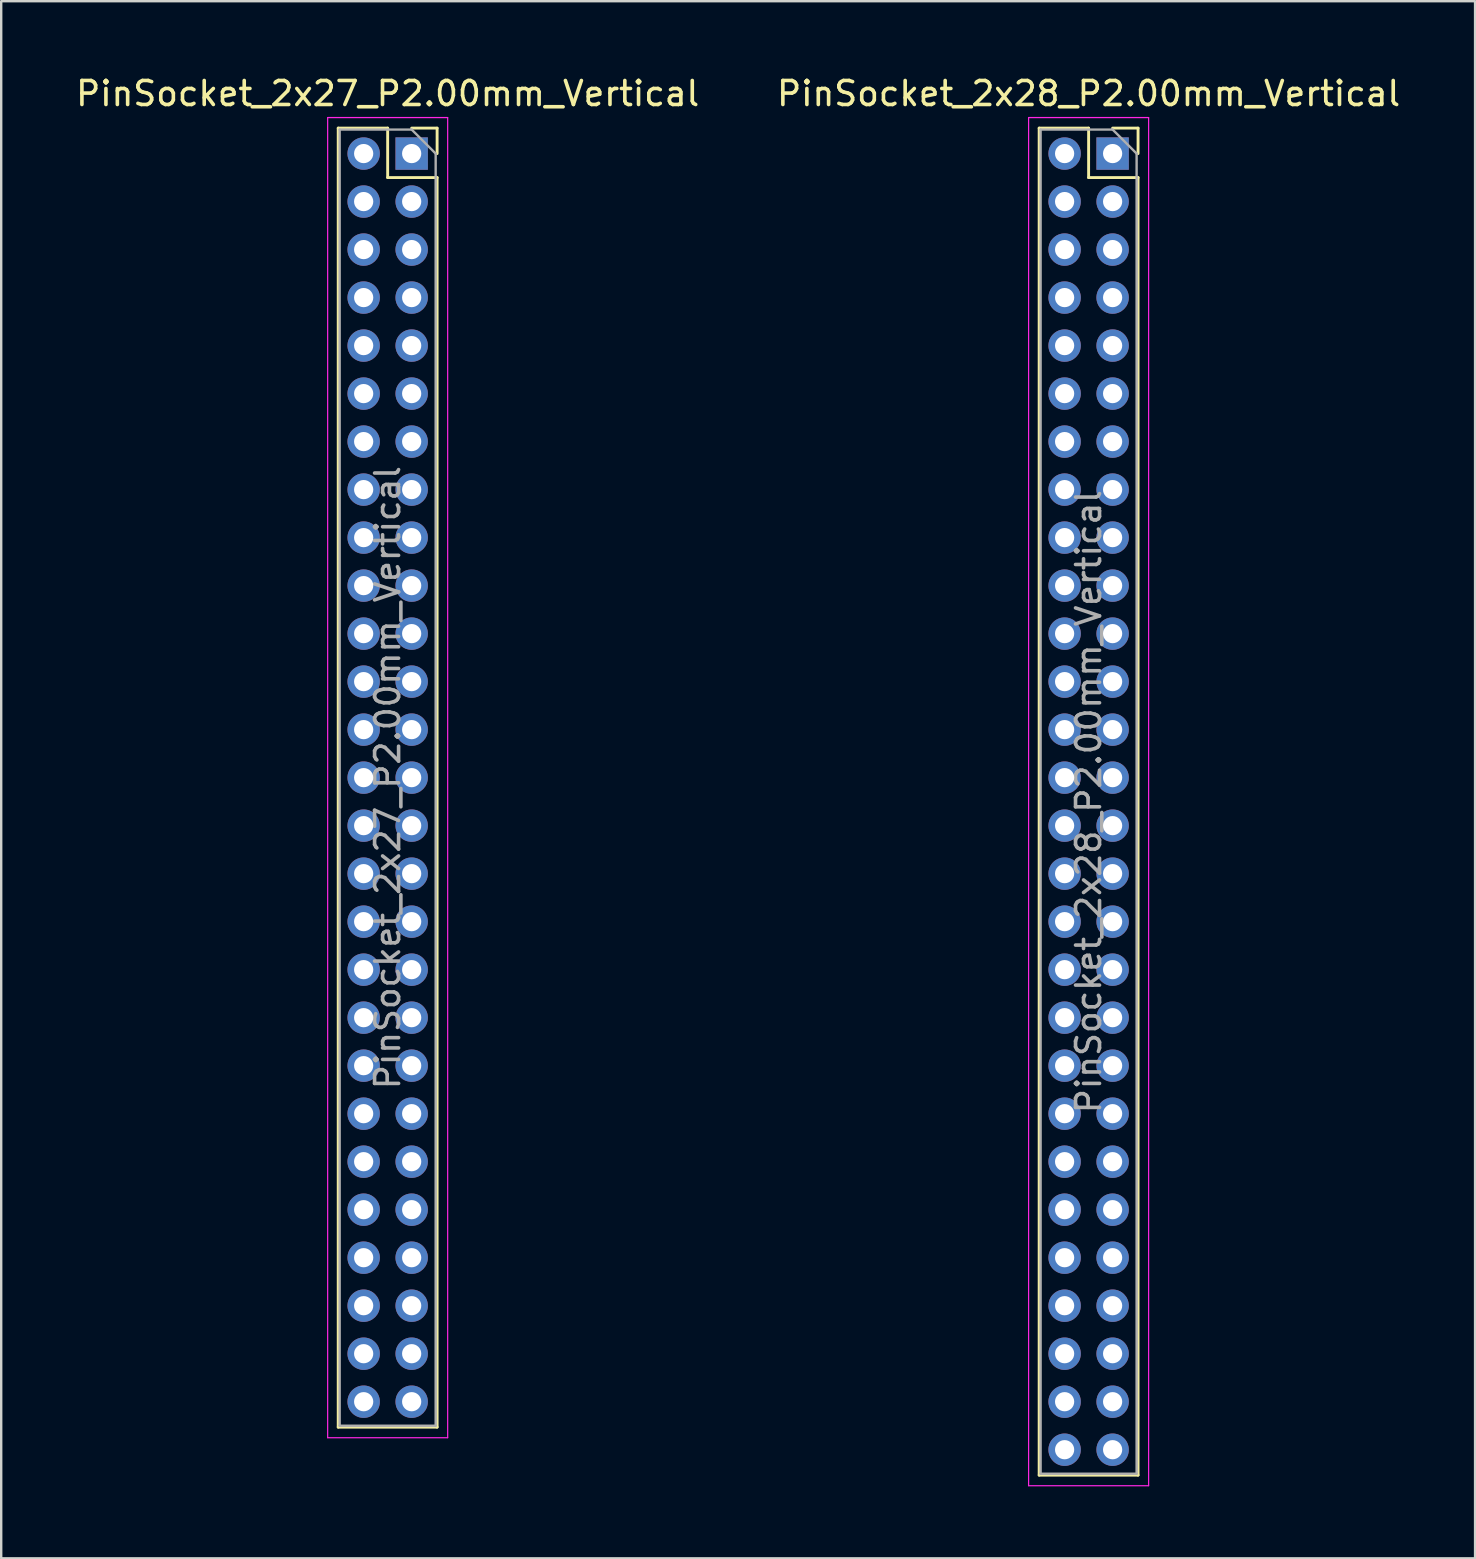
<source format=kicad_pcb>
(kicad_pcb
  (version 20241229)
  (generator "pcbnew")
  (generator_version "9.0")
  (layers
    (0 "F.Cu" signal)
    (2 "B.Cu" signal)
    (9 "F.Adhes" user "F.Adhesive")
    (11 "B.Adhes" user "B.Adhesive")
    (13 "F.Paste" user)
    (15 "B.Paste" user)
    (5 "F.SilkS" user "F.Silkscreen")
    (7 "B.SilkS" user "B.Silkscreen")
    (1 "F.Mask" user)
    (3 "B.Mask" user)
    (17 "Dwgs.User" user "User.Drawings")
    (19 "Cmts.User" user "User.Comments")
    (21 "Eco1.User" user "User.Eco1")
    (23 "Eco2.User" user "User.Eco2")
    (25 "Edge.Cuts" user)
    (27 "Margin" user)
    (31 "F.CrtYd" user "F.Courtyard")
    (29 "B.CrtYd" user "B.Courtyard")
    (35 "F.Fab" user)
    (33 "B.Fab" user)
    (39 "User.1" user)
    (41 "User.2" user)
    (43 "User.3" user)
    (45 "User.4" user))
  (footprint "PinSocket_2x28_P2.00mm_Vertical"
    (layer "F.Cu")
    (at 43.304 3.348)
    (property "Reference" "PinSocket_2x28_P2.00mm_Vertical" (at -1 -2.5 0) (layer "F.SilkS") (effects (font (size 1 1) (thickness 0.15))))
    (attr through_hole)
    (fp_line (start -3.06 -1.06) (end -3.06 55.06) (stroke (width 0.12) (type solid)) (layer "F.SilkS"))
    (fp_line (start -3.06 -1.06) (end -1 -1.06) (stroke (width 0.12) (type solid)) (layer "F.SilkS"))
    (fp_line (start -3.06 55.06) (end 1.06 55.06) (stroke (width 0.12) (type solid)) (layer "F.SilkS"))
    (fp_line (start -1 -1.06) (end -1 1) (stroke (width 0.12) (type solid)) (layer "F.SilkS"))
    (fp_line (start -1 1) (end 1.06 1) (stroke (width 0.12) (type solid)) (layer "F.SilkS"))
    (fp_line (start 0 -1.06) (end 1.06 -1.06) (stroke (width 0.12) (type solid)) (layer "F.SilkS"))
    (fp_line (start 1.06 -1.06) (end 1.06 0) (stroke (width 0.12) (type solid)) (layer "F.SilkS"))
    (fp_line (start 1.06 1) (end 1.06 55.06) (stroke (width 0.12) (type solid)) (layer "F.SilkS"))
    (fp_line (start -3.5 -1.5) (end 1.5 -1.5) (stroke (width 0.05) (type solid)) (layer "F.CrtYd"))
    (fp_line (start -3.5 55.5) (end -3.5 -1.5) (stroke (width 0.05) (type solid)) (layer "F.CrtYd"))
    (fp_line (start 1.5 -1.5) (end 1.5 55.5) (stroke (width 0.05) (type solid)) (layer "F.CrtYd"))
    (fp_line (start 1.5 55.5) (end -3.5 55.5) (stroke (width 0.05) (type solid)) (layer "F.CrtYd"))
    (fp_line (start -3 -1) (end 0 -1) (stroke (width 0.1) (type solid)) (layer "F.Fab"))
    (fp_line (start -3 55) (end -3 -1) (stroke (width 0.1) (type solid)) (layer "F.Fab"))
    (fp_line (start 0 -1) (end 1 0) (stroke (width 0.1) (type solid)) (layer "F.Fab"))
    (fp_line (start 1 0) (end 1 55) (stroke (width 0.1) (type solid)) (layer "F.Fab"))
    (fp_line (start 1 55) (end -3 55) (stroke (width 0.1) (type solid)) (layer "F.Fab"))
    (fp_text user "${REFERENCE}" (at -1 27 90) (layer "F.Fab") (effects (font (size 1 1) (thickness 0.15))))
    (pad "1" thru_hole rect (at 0 0) (size 1.35 1.35) (drill 0.8) (layers "*.Cu" "*.Mask"))
    (pad "2" thru_hole oval (at -2 0) (size 1.35 1.35) (drill 0.8) (layers "*.Cu" "*.Mask"))
    (pad "3" thru_hole oval (at 0 2) (size 1.35 1.35) (drill 0.8) (layers "*.Cu" "*.Mask"))
    (pad "4" thru_hole oval (at -2 2) (size 1.35 1.35) (drill 0.8) (layers "*.Cu" "*.Mask"))
    (pad "5" thru_hole oval (at 0 4) (size 1.35 1.35) (drill 0.8) (layers "*.Cu" "*.Mask"))
    (pad "6" thru_hole oval (at -2 4) (size 1.35 1.35) (drill 0.8) (layers "*.Cu" "*.Mask"))
    (pad "7" thru_hole oval (at 0 6) (size 1.35 1.35) (drill 0.8) (layers "*.Cu" "*.Mask"))
    (pad "8" thru_hole oval (at -2 6) (size 1.35 1.35) (drill 0.8) (layers "*.Cu" "*.Mask"))
    (pad "9" thru_hole oval (at 0 8) (size 1.35 1.35) (drill 0.8) (layers "*.Cu" "*.Mask"))
    (pad "10" thru_hole oval (at -2 8) (size 1.35 1.35) (drill 0.8) (layers "*.Cu" "*.Mask"))
    (pad "11" thru_hole oval (at 0 10) (size 1.35 1.35) (drill 0.8) (layers "*.Cu" "*.Mask"))
    (pad "12" thru_hole oval (at -2 10) (size 1.35 1.35) (drill 0.8) (layers "*.Cu" "*.Mask"))
    (pad "13" thru_hole oval (at 0 12) (size 1.35 1.35) (drill 0.8) (layers "*.Cu" "*.Mask"))
    (pad "14" thru_hole oval (at -2 12) (size 1.35 1.35) (drill 0.8) (layers "*.Cu" "*.Mask"))
    (pad "15" thru_hole oval (at 0 14) (size 1.35 1.35) (drill 0.8) (layers "*.Cu" "*.Mask"))
    (pad "16" thru_hole oval (at -2 14) (size 1.35 1.35) (drill 0.8) (layers "*.Cu" "*.Mask"))
    (pad "17" thru_hole oval (at 0 16) (size 1.35 1.35) (drill 0.8) (layers "*.Cu" "*.Mask"))
    (pad "18" thru_hole oval (at -2 16) (size 1.35 1.35) (drill 0.8) (layers "*.Cu" "*.Mask"))
    (pad "19" thru_hole oval (at 0 18) (size 1.35 1.35) (drill 0.8) (layers "*.Cu" "*.Mask"))
    (pad "20" thru_hole oval (at -2 18) (size 1.35 1.35) (drill 0.8) (layers "*.Cu" "*.Mask"))
    (pad "21" thru_hole oval (at 0 20) (size 1.35 1.35) (drill 0.8) (layers "*.Cu" "*.Mask"))
    (pad "22" thru_hole oval (at -2 20) (size 1.35 1.35) (drill 0.8) (layers "*.Cu" "*.Mask"))
    (pad "23" thru_hole oval (at 0 22) (size 1.35 1.35) (drill 0.8) (layers "*.Cu" "*.Mask"))
    (pad "24" thru_hole oval (at -2 22) (size 1.35 1.35) (drill 0.8) (layers "*.Cu" "*.Mask"))
    (pad "25" thru_hole oval (at 0 24) (size 1.35 1.35) (drill 0.8) (layers "*.Cu" "*.Mask"))
    (pad "26" thru_hole oval (at -2 24) (size 1.35 1.35) (drill 0.8) (layers "*.Cu" "*.Mask"))
    (pad "27" thru_hole oval (at 0 26) (size 1.35 1.35) (drill 0.8) (layers "*.Cu" "*.Mask"))
    (pad "28" thru_hole oval (at -2 26) (size 1.35 1.35) (drill 0.8) (layers "*.Cu" "*.Mask"))
    (pad "29" thru_hole oval (at 0 28) (size 1.35 1.35) (drill 0.8) (layers "*.Cu" "*.Mask"))
    (pad "30" thru_hole oval (at -2 28) (size 1.35 1.35) (drill 0.8) (layers "*.Cu" "*.Mask"))
    (pad "31" thru_hole oval (at 0 30) (size 1.35 1.35) (drill 0.8) (layers "*.Cu" "*.Mask"))
    (pad "32" thru_hole oval (at -2 30) (size 1.35 1.35) (drill 0.8) (layers "*.Cu" "*.Mask"))
    (pad "33" thru_hole oval (at 0 32) (size 1.35 1.35) (drill 0.8) (layers "*.Cu" "*.Mask"))
    (pad "34" thru_hole oval (at -2 32) (size 1.35 1.35) (drill 0.8) (layers "*.Cu" "*.Mask"))
    (pad "35" thru_hole oval (at 0 34) (size 1.35 1.35) (drill 0.8) (layers "*.Cu" "*.Mask"))
    (pad "36" thru_hole oval (at -2 34) (size 1.35 1.35) (drill 0.8) (layers "*.Cu" "*.Mask"))
    (pad "37" thru_hole oval (at 0 36) (size 1.35 1.35) (drill 0.8) (layers "*.Cu" "*.Mask"))
    (pad "38" thru_hole oval (at -2 36) (size 1.35 1.35) (drill 0.8) (layers "*.Cu" "*.Mask"))
    (pad "39" thru_hole oval (at 0 38) (size 1.35 1.35) (drill 0.8) (layers "*.Cu" "*.Mask"))
    (pad "40" thru_hole oval (at -2 38) (size 1.35 1.35) (drill 0.8) (layers "*.Cu" "*.Mask"))
    (pad "41" thru_hole oval (at 0 40) (size 1.35 1.35) (drill 0.8) (layers "*.Cu" "*.Mask"))
    (pad "42" thru_hole oval (at -2 40) (size 1.35 1.35) (drill 0.8) (layers "*.Cu" "*.Mask"))
    (pad "43" thru_hole oval (at 0 42) (size 1.35 1.35) (drill 0.8) (layers "*.Cu" "*.Mask"))
    (pad "44" thru_hole oval (at -2 42) (size 1.35 1.35) (drill 0.8) (layers "*.Cu" "*.Mask"))
    (pad "45" thru_hole oval (at 0 44) (size 1.35 1.35) (drill 0.8) (layers "*.Cu" "*.Mask"))
    (pad "46" thru_hole oval (at -2 44) (size 1.35 1.35) (drill 0.8) (layers "*.Cu" "*.Mask"))
    (pad "47" thru_hole oval (at 0 46) (size 1.35 1.35) (drill 0.8) (layers "*.Cu" "*.Mask"))
    (pad "48" thru_hole oval (at -2 46) (size 1.35 1.35) (drill 0.8) (layers "*.Cu" "*.Mask"))
    (pad "49" thru_hole oval (at 0 48) (size 1.35 1.35) (drill 0.8) (layers "*.Cu" "*.Mask"))
    (pad "50" thru_hole oval (at -2 48) (size 1.35 1.35) (drill 0.8) (layers "*.Cu" "*.Mask"))
    (pad "51" thru_hole oval (at 0 50) (size 1.35 1.35) (drill 0.8) (layers "*.Cu" "*.Mask"))
    (pad "52" thru_hole oval (at -2 50) (size 1.35 1.35) (drill 0.8) (layers "*.Cu" "*.Mask"))
    (pad "53" thru_hole oval (at 0 52) (size 1.35 1.35) (drill 0.8) (layers "*.Cu" "*.Mask"))
    (pad "54" thru_hole oval (at -2 52) (size 1.35 1.35) (drill 0.8) (layers "*.Cu" "*.Mask"))
    (pad "55" thru_hole oval (at 0 54) (size 1.35 1.35) (drill 0.8) (layers "*.Cu" "*.Mask"))
    (pad "56" thru_hole oval (at -2 54) (size 1.35 1.35) (drill 0.8) (layers "*.Cu" "*.Mask")))
  (footprint "PinSocket_2x27_P2.00mm_Vertical"
    (layer "F.Cu")
    (at 14.101 3.348)
    (property "Reference" "PinSocket_2x27_P2.00mm_Vertical" (at -1 -2.5 0) (layer "F.SilkS") (effects (font (size 1 1) (thickness 0.15))))
    (attr through_hole)
    (fp_line (start -3.06 -1.06) (end -3.06 53.06) (stroke (width 0.12) (type solid)) (layer "F.SilkS"))
    (fp_line (start -3.06 -1.06) (end -1 -1.06) (stroke (width 0.12) (type solid)) (layer "F.SilkS"))
    (fp_line (start -3.06 53.06) (end 1.06 53.06) (stroke (width 0.12) (type solid)) (layer "F.SilkS"))
    (fp_line (start -1 -1.06) (end -1 1) (stroke (width 0.12) (type solid)) (layer "F.SilkS"))
    (fp_line (start -1 1) (end 1.06 1) (stroke (width 0.12) (type solid)) (layer "F.SilkS"))
    (fp_line (start 0 -1.06) (end 1.06 -1.06) (stroke (width 0.12) (type solid)) (layer "F.SilkS"))
    (fp_line (start 1.06 -1.06) (end 1.06 0) (stroke (width 0.12) (type solid)) (layer "F.SilkS"))
    (fp_line (start 1.06 1) (end 1.06 53.06) (stroke (width 0.12) (type solid)) (layer "F.SilkS"))
    (fp_line (start -3.5 -1.5) (end 1.5 -1.5) (stroke (width 0.05) (type solid)) (layer "F.CrtYd"))
    (fp_line (start -3.5 53.5) (end -3.5 -1.5) (stroke (width 0.05) (type solid)) (layer "F.CrtYd"))
    (fp_line (start 1.5 -1.5) (end 1.5 53.5) (stroke (width 0.05) (type solid)) (layer "F.CrtYd"))
    (fp_line (start 1.5 53.5) (end -3.5 53.5) (stroke (width 0.05) (type solid)) (layer "F.CrtYd"))
    (fp_line (start -3 -1) (end 0 -1) (stroke (width 0.1) (type solid)) (layer "F.Fab"))
    (fp_line (start -3 53) (end -3 -1) (stroke (width 0.1) (type solid)) (layer "F.Fab"))
    (fp_line (start 0 -1) (end 1 0) (stroke (width 0.1) (type solid)) (layer "F.Fab"))
    (fp_line (start 1 0) (end 1 53) (stroke (width 0.1) (type solid)) (layer "F.Fab"))
    (fp_line (start 1 53) (end -3 53) (stroke (width 0.1) (type solid)) (layer "F.Fab"))
    (fp_text user "${REFERENCE}" (at -1 26 90) (layer "F.Fab") (effects (font (size 1 1) (thickness 0.15))))
    (pad "1" thru_hole rect (at 0 0) (size 1.35 1.35) (drill 0.8) (layers "*.Cu" "*.Mask"))
    (pad "2" thru_hole oval (at -2 0) (size 1.35 1.35) (drill 0.8) (layers "*.Cu" "*.Mask"))
    (pad "3" thru_hole oval (at 0 2) (size 1.35 1.35) (drill 0.8) (layers "*.Cu" "*.Mask"))
    (pad "4" thru_hole oval (at -2 2) (size 1.35 1.35) (drill 0.8) (layers "*.Cu" "*.Mask"))
    (pad "5" thru_hole oval (at 0 4) (size 1.35 1.35) (drill 0.8) (layers "*.Cu" "*.Mask"))
    (pad "6" thru_hole oval (at -2 4) (size 1.35 1.35) (drill 0.8) (layers "*.Cu" "*.Mask"))
    (pad "7" thru_hole oval (at 0 6) (size 1.35 1.35) (drill 0.8) (layers "*.Cu" "*.Mask"))
    (pad "8" thru_hole oval (at -2 6) (size 1.35 1.35) (drill 0.8) (layers "*.Cu" "*.Mask"))
    (pad "9" thru_hole oval (at 0 8) (size 1.35 1.35) (drill 0.8) (layers "*.Cu" "*.Mask"))
    (pad "10" thru_hole oval (at -2 8) (size 1.35 1.35) (drill 0.8) (layers "*.Cu" "*.Mask"))
    (pad "11" thru_hole oval (at 0 10) (size 1.35 1.35) (drill 0.8) (layers "*.Cu" "*.Mask"))
    (pad "12" thru_hole oval (at -2 10) (size 1.35 1.35) (drill 0.8) (layers "*.Cu" "*.Mask"))
    (pad "13" thru_hole oval (at 0 12) (size 1.35 1.35) (drill 0.8) (layers "*.Cu" "*.Mask"))
    (pad "14" thru_hole oval (at -2 12) (size 1.35 1.35) (drill 0.8) (layers "*.Cu" "*.Mask"))
    (pad "15" thru_hole oval (at 0 14) (size 1.35 1.35) (drill 0.8) (layers "*.Cu" "*.Mask"))
    (pad "16" thru_hole oval (at -2 14) (size 1.35 1.35) (drill 0.8) (layers "*.Cu" "*.Mask"))
    (pad "17" thru_hole oval (at 0 16) (size 1.35 1.35) (drill 0.8) (layers "*.Cu" "*.Mask"))
    (pad "18" thru_hole oval (at -2 16) (size 1.35 1.35) (drill 0.8) (layers "*.Cu" "*.Mask"))
    (pad "19" thru_hole oval (at 0 18) (size 1.35 1.35) (drill 0.8) (layers "*.Cu" "*.Mask"))
    (pad "20" thru_hole oval (at -2 18) (size 1.35 1.35) (drill 0.8) (layers "*.Cu" "*.Mask"))
    (pad "21" thru_hole oval (at 0 20) (size 1.35 1.35) (drill 0.8) (layers "*.Cu" "*.Mask"))
    (pad "22" thru_hole oval (at -2 20) (size 1.35 1.35) (drill 0.8) (layers "*.Cu" "*.Mask"))
    (pad "23" thru_hole oval (at 0 22) (size 1.35 1.35) (drill 0.8) (layers "*.Cu" "*.Mask"))
    (pad "24" thru_hole oval (at -2 22) (size 1.35 1.35) (drill 0.8) (layers "*.Cu" "*.Mask"))
    (pad "25" thru_hole oval (at 0 24) (size 1.35 1.35) (drill 0.8) (layers "*.Cu" "*.Mask"))
    (pad "26" thru_hole oval (at -2 24) (size 1.35 1.35) (drill 0.8) (layers "*.Cu" "*.Mask"))
    (pad "27" thru_hole oval (at 0 26) (size 1.35 1.35) (drill 0.8) (layers "*.Cu" "*.Mask"))
    (pad "28" thru_hole oval (at -2 26) (size 1.35 1.35) (drill 0.8) (layers "*.Cu" "*.Mask"))
    (pad "29" thru_hole oval (at 0 28) (size 1.35 1.35) (drill 0.8) (layers "*.Cu" "*.Mask"))
    (pad "30" thru_hole oval (at -2 28) (size 1.35 1.35) (drill 0.8) (layers "*.Cu" "*.Mask"))
    (pad "31" thru_hole oval (at 0 30) (size 1.35 1.35) (drill 0.8) (layers "*.Cu" "*.Mask"))
    (pad "32" thru_hole oval (at -2 30) (size 1.35 1.35) (drill 0.8) (layers "*.Cu" "*.Mask"))
    (pad "33" thru_hole oval (at 0 32) (size 1.35 1.35) (drill 0.8) (layers "*.Cu" "*.Mask"))
    (pad "34" thru_hole oval (at -2 32) (size 1.35 1.35) (drill 0.8) (layers "*.Cu" "*.Mask"))
    (pad "35" thru_hole oval (at 0 34) (size 1.35 1.35) (drill 0.8) (layers "*.Cu" "*.Mask"))
    (pad "36" thru_hole oval (at -2 34) (size 1.35 1.35) (drill 0.8) (layers "*.Cu" "*.Mask"))
    (pad "37" thru_hole oval (at 0 36) (size 1.35 1.35) (drill 0.8) (layers "*.Cu" "*.Mask"))
    (pad "38" thru_hole oval (at -2 36) (size 1.35 1.35) (drill 0.8) (layers "*.Cu" "*.Mask"))
    (pad "39" thru_hole oval (at 0 38) (size 1.35 1.35) (drill 0.8) (layers "*.Cu" "*.Mask"))
    (pad "40" thru_hole oval (at -2 38) (size 1.35 1.35) (drill 0.8) (layers "*.Cu" "*.Mask"))
    (pad "41" thru_hole oval (at 0 40) (size 1.35 1.35) (drill 0.8) (layers "*.Cu" "*.Mask"))
    (pad "42" thru_hole oval (at -2 40) (size 1.35 1.35) (drill 0.8) (layers "*.Cu" "*.Mask"))
    (pad "43" thru_hole oval (at 0 42) (size 1.35 1.35) (drill 0.8) (layers "*.Cu" "*.Mask"))
    (pad "44" thru_hole oval (at -2 42) (size 1.35 1.35) (drill 0.8) (layers "*.Cu" "*.Mask"))
    (pad "45" thru_hole oval (at 0 44) (size 1.35 1.35) (drill 0.8) (layers "*.Cu" "*.Mask"))
    (pad "46" thru_hole oval (at -2 44) (size 1.35 1.35) (drill 0.8) (layers "*.Cu" "*.Mask"))
    (pad "47" thru_hole oval (at 0 46) (size 1.35 1.35) (drill 0.8) (layers "*.Cu" "*.Mask"))
    (pad "48" thru_hole oval (at -2 46) (size 1.35 1.35) (drill 0.8) (layers "*.Cu" "*.Mask"))
    (pad "49" thru_hole oval (at 0 48) (size 1.35 1.35) (drill 0.8) (layers "*.Cu" "*.Mask"))
    (pad "50" thru_hole oval (at -2 48) (size 1.35 1.35) (drill 0.8) (layers "*.Cu" "*.Mask"))
    (pad "51" thru_hole oval (at 0 50) (size 1.35 1.35) (drill 0.8) (layers "*.Cu" "*.Mask"))
    (pad "52" thru_hole oval (at -2 50) (size 1.35 1.35) (drill 0.8) (layers "*.Cu" "*.Mask"))
    (pad "53" thru_hole oval (at 0 52) (size 1.35 1.35) (drill 0.8) (layers "*.Cu" "*.Mask"))
    (pad "54" thru_hole oval (at -2 52) (size 1.35 1.35) (drill 0.8) (layers "*.Cu" "*.Mask")))
  (gr_rect
    (start -3 -3)
    (end 58.405 61.873)
    (stroke (width 0.1) (type default))
    (fill no)
    (layer "Edge.Cuts")))
</source>
